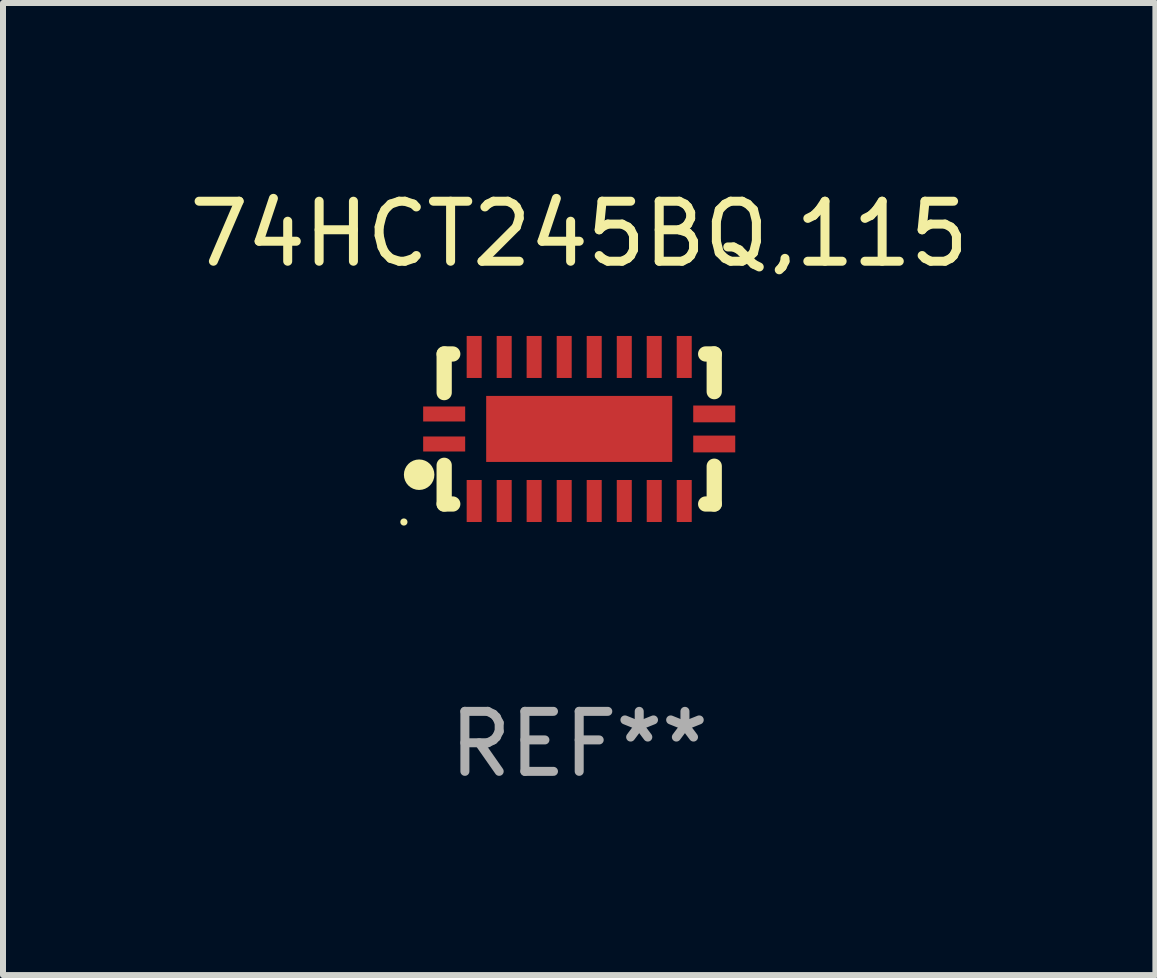
<source format=kicad_pcb>
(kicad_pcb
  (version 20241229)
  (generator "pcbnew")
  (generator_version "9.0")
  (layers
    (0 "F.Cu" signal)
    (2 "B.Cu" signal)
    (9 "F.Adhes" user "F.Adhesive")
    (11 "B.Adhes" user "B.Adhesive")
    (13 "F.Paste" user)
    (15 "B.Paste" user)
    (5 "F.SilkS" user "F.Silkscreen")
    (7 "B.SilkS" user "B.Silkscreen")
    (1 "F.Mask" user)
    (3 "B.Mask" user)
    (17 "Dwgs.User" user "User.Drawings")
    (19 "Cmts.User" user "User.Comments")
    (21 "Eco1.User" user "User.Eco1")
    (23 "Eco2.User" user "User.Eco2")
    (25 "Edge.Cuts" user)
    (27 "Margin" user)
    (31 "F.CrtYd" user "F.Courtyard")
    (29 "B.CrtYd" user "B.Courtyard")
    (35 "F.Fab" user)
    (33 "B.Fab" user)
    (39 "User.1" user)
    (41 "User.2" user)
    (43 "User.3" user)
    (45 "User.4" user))
  (footprint "74HCT245BQ,115"
    (layer "F.Cu")
    (at 6.601 4.098)
    (property "Reference" "74HCT245BQ,115" (at 0 -3.25 0) (layer "F.SilkS") (effects (font (size 1 1) (thickness 0.15))))
    (attr through_hole)
    (fp_line (start -2.25 0.605) (end -2.25 1.25) (stroke (width 0.254) (type solid)) (layer "F.SilkS"))
    (fp_line (start -2.25 1.25) (end -2.107 1.25) (stroke (width 0.254) (type solid)) (layer "F.SilkS"))
    (fp_line (start -2.25 -1.25) (end -2.25 -0.606) (stroke (width 0.254) (type solid)) (layer "F.SilkS"))
    (fp_line (start -2.25 -1.25) (end -2.107 -1.25) (stroke (width 0.254) (type solid)) (layer "F.SilkS"))
    (fp_line (start 2.107 -1.25) (end 2.25 -1.25) (stroke (width 0.254) (type solid)) (layer "F.SilkS"))
    (fp_line (start 2.107 1.25) (end 2.25 1.25) (stroke (width 0.254) (type solid)) (layer "F.SilkS"))
    (fp_line (start 2.25 -1.25) (end 2.25 -0.622) (stroke (width 0.254) (type solid)) (layer "F.SilkS"))
    (fp_line (start 2.25 0.62) (end 2.25 1.25) (stroke (width 0.254) (type solid)) (layer "F.SilkS"))
    (fp_circle (center -2.921 1.55) (end -2.891 1.55) (stroke (width 0.06) (type solid)) (fill no) (layer "F.SilkS"))
    (fp_circle (center -2.667 0.762) (end -2.54 0.762) (stroke (width 0.254) (type solid)) (fill no) (layer "F.SilkS"))
    (fp_text user "REF**" (at 0 5.25 0) (layer "F.Fab") (effects (font (size 1 1) (thickness 0.15))))
    (pad "1" smd rect (at -2.25 0.25 180) (size 0.7 0.25) (layers "F.Cu" "F.Mask" "F.Paste"))
    (pad "2" smd rect (at -1.75 1.2 90) (size 0.7 0.25) (layers "F.Cu" "F.Mask" "F.Paste"))
    (pad "3" smd rect (at -1.25 1.2 90) (size 0.7 0.25) (layers "F.Cu" "F.Mask" "F.Paste"))
    (pad "4" smd rect (at -0.751 1.2 90) (size 0.7 0.25) (layers "F.Cu" "F.Mask" "F.Paste"))
    (pad "5" smd rect (at -0.25 1.2 90) (size 0.7 0.25) (layers "F.Cu" "F.Mask" "F.Paste"))
    (pad "6" smd rect (at 0.25 1.2 90) (size 0.7 0.25) (layers "F.Cu" "F.Mask" "F.Paste"))
    (pad "7" smd rect (at 0.751 1.2 90) (size 0.7 0.25) (layers "F.Cu" "F.Mask" "F.Paste"))
    (pad "8" smd rect (at 1.25 1.2 90) (size 0.7 0.25) (layers "F.Cu" "F.Mask" "F.Paste"))
    (pad "9" smd rect (at 1.75 1.2 90) (size 0.7 0.25) (layers "F.Cu" "F.Mask" "F.Paste"))
    (pad "10" smd rect (at 2.25 0.25 180) (size 0.7 0.28) (layers "F.Cu" "F.Mask" "F.Paste"))
    (pad "11" smd rect (at 2.25 -0.251 180) (size 0.7 0.28) (layers "F.Cu" "F.Mask" "F.Paste"))
    (pad "12" smd rect (at 1.75 -1.2 90) (size 0.7 0.25) (layers "F.Cu" "F.Mask" "F.Paste"))
    (pad "13" smd rect (at 1.25 -1.2 90) (size 0.7 0.25) (layers "F.Cu" "F.Mask" "F.Paste"))
    (pad "14" smd rect (at 0.751 -1.2 90) (size 0.7 0.25) (layers "F.Cu" "F.Mask" "F.Paste"))
    (pad "15" smd rect (at 0.25 -1.2 90) (size 0.7 0.25) (layers "F.Cu" "F.Mask" "F.Paste"))
    (pad "16" smd rect (at -0.25 -1.2 90) (size 0.7 0.25) (layers "F.Cu" "F.Mask" "F.Paste"))
    (pad "17" smd rect (at -0.751 -1.2 90) (size 0.7 0.25) (layers "F.Cu" "F.Mask" "F.Paste"))
    (pad "18" smd rect (at -1.25 -1.2 90) (size 0.7 0.25) (layers "F.Cu" "F.Mask" "F.Paste"))
    (pad "19" smd rect (at -1.75 -1.2 90) (size 0.7 0.25) (layers "F.Cu" "F.Mask" "F.Paste"))
    (pad "20" smd rect (at -2.25 -0.25 180) (size 0.7 0.25) (layers "F.Cu" "F.Mask" "F.Paste"))
    (pad "21" smd rect (at 0 -0.001 180) (size 3.1 1.1) (layers "F.Cu" "F.Mask" "F.Paste")))
  (gr_rect
    (start -3 -3)
    (end 16.202 13.197)
    (stroke (width 0.1) (type default))
    (fill no)
    (layer "Edge.Cuts")))
</source>
